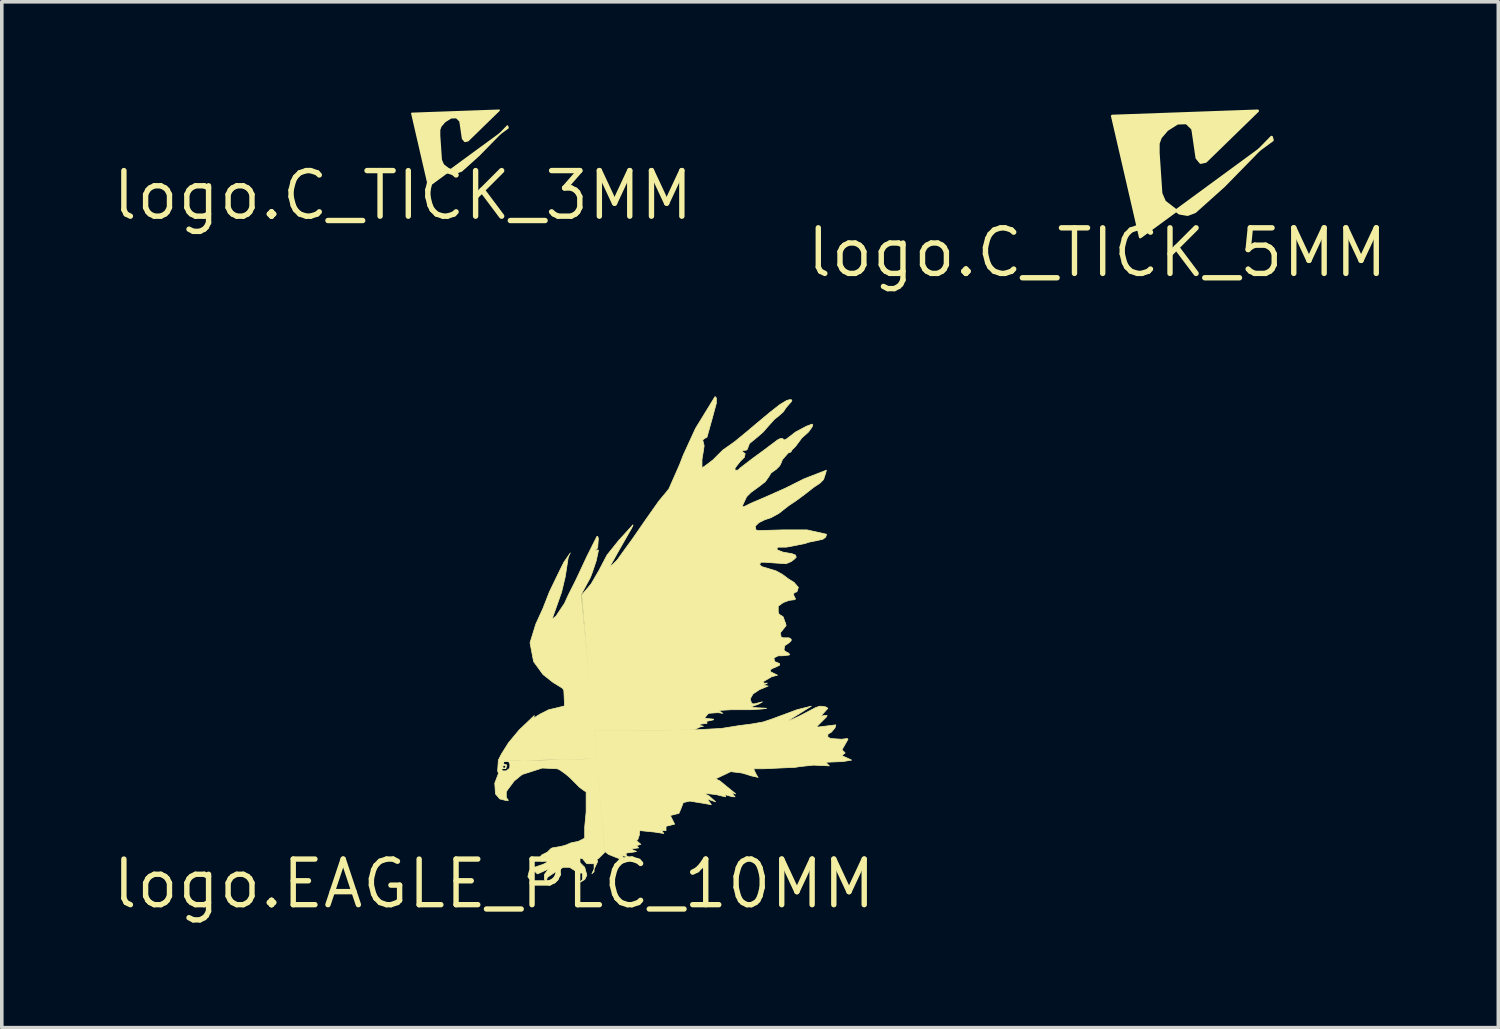
<source format=kicad_pcb>
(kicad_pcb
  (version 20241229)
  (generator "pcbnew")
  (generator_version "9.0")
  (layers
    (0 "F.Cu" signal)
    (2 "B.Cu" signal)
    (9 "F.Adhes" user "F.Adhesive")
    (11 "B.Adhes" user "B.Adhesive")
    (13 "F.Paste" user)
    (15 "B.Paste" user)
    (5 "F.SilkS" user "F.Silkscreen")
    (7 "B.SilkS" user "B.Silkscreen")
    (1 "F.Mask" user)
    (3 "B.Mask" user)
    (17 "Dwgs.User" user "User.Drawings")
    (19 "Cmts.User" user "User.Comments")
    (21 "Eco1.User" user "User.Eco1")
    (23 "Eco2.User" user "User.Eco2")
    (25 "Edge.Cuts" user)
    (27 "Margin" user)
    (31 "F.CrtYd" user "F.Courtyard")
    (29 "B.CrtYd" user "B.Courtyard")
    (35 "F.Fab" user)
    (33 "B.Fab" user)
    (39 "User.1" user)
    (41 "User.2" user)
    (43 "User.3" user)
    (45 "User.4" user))
  (footprint "logo.C_TICK_5MM"
    (layer "F.Cu")
    (at 27.515 3.986)
    (property "Reference" "logo.C_TICK_5MM" (at 0 0 0) (layer "F.SilkS") (effects (font (size 1.27 1.27) (thickness 0.15))))
    (fp_poly (pts (xy 4.466 -3.948) (xy 3.018 -2.538) (xy 2.881 -2.508) (xy 2.774 -2.637) (xy 2.668 -3.369) (xy 2.652 -3.453) (xy 2.485 -3.613) (xy 2.233 -3.605) (xy 1.944 -3.422) (xy 1.761 -3.209) (xy 1.7 -3.041) (xy 1.7 -2.774) (xy 1.776 -1.646) (xy 1.875 -1.418) (xy 2.287 -1.098) (xy 2.515 -1.059) (xy 2.721 -1.136) (xy 3.529 -1.86) (xy 4.855 -3.216) (xy 4.878 -3.133) (xy 1.197 -0.434) (xy 0.419 -3.803)) (stroke (width 0.076) (type default)) (fill yes) (layer "F.SilkS")))
  (footprint "logo.C_TICK_3MM"
    (layer "F.Cu")
    (at 8.172 2.392)
    (property "Reference" "logo.C_TICK_3MM" (at 0 0 0) (layer "F.SilkS") (effects (font (size 1.27 1.27) (thickness 0.15))))
    (fp_poly (pts (xy 2.68 -2.369) (xy 1.811 -1.523) (xy 1.729 -1.505) (xy 1.665 -1.582) (xy 1.601 -2.021) (xy 1.591 -2.072) (xy 1.491 -2.168) (xy 1.34 -2.163) (xy 1.166 -2.053) (xy 1.056 -1.925) (xy 1.02 -1.825) (xy 1.02 -1.665) (xy 1.066 -0.988) (xy 1.125 -0.851) (xy 1.372 -0.659) (xy 1.509 -0.636) (xy 1.633 -0.681) (xy 2.117 -1.116) (xy 2.913 -1.93) (xy 2.927 -1.88) (xy 0.718 -0.261) (xy 0.252 -2.282)) (stroke (width 0.046) (type default)) (fill yes) (layer "F.SilkS")))
  (footprint "logo.EAGLE_PLC_10MM"
    (layer "F.Cu")
    (at 10.712 21.57)
    (property "Reference" "logo.EAGLE_PLC_10MM" (at 0 0 0) (layer "F.SilkS") (effects (font (size 1.27 1.27) (thickness 0.15))))
    (fp_poly (pts (xy 0.2 -3.307) (xy 0.22 -3.347) (xy 0.261 -3.407) (xy 0.361 -3.447) (xy 0.461 -3.387) (xy 0.481 -3.226) (xy 0.381 -3.126) (xy 0.22 -3.126) (xy 0.18 -3.166) (xy 0.18 -3.267) (xy 0.22 -3.267) (xy 0.22 -3.226) (xy 0.22 -3.166) (xy 0.24 -3.146) (xy 0.341 -3.146) (xy 0.441 -3.226) (xy 0.461 -3.327) (xy 0.401 -3.407) (xy 0.281 -3.407) (xy 0.257 -3.365) (xy 0.285 -3.33) (xy 0.313 -3.328) (xy 0.357 -3.307) (xy 0.328 -3.208) (xy 0.261 -3.212) (xy 0.22 -3.206) (xy 0.242 -3.249) (xy 0.261 -3.226) (xy 0.321 -3.226) (xy 0.321 -3.287) (xy 0.281 -3.307) (xy 0.239 -3.267) (xy 0.24 -3.247)) (stroke (width 0.02) (type default)) (fill yes) (layer "F.SilkS"))
    (fp_poly (pts (xy 2.786 -4.269) (xy 5.591 -4.289) (xy 6.333 -4.329) (xy 6.834 -4.409) (xy 7.154 -4.449) (xy 7.495 -4.509) (xy 7.735 -4.589) (xy 8.437 -4.85) (xy 8.838 -4.95) (xy 8.196 -4.549) (xy 8.236 -4.549) (xy 8.497 -4.669) (xy 8.958 -4.91) (xy 9.078 -4.95) (xy 9.238 -4.93) (xy 9.299 -4.89) (xy 9.098 -4.669) (xy 9.198 -4.689) (xy 9.278 -4.689) (xy 9.258 -4.649) (xy 8.998 -4.389) (xy 8.998 -4.369) (xy 9.038 -4.369) (xy 9.519 -4.429) (xy 9.499 -4.349) (xy 9.399 -4.228) (xy 9.299 -4.168) (xy 9.299 -4.088) (xy 9.379 -4.048) (xy 9.679 -4.028) (xy 9.84 -4.048) (xy 9.86 -4.028) (xy 9.699 -3.748) (xy 9.699 -3.727) (xy 9.78 -3.647) (xy 9.679 -3.567) (xy 9.699 -3.567) (xy 9.96 -3.447) (xy 9.719 -3.407) (xy 9.238 -3.387) (xy 9.339 -3.287) (xy 8.898 -3.307) (xy 8.517 -3.267) (xy 8.397 -3.247) (xy 7.515 -3.206) (xy 7.234 -3.206) (xy 7.255 -3.146) (xy 7.315 -3.026) (xy 7.355 -2.966) (xy 7.174 -3.006) (xy 6.914 -3.086) (xy 6.593 -3.126) (xy 6.172 -2.926) (xy 6.293 -2.866) (xy 6.733 -2.505) (xy 6.613 -2.545) (xy 6.713 -2.425) (xy 6.653 -2.425) (xy 6.573 -2.445) (xy 6.433 -2.485) (xy 6.453 -2.425) (xy 6.353 -2.445) (xy 6.192 -2.485) (xy 5.852 -2.525) (xy 5.992 -2.445) (xy 6.172 -2.285) (xy 5.932 -2.365) (xy 6.012 -2.264) (xy 6.052 -2.204) (xy 5.832 -2.244) (xy 5.451 -2.305) (xy 5.271 -2.264) (xy 5.21 -2.104) (xy 5.15 -1.964) (xy 4.91 -1.904) (xy 5.03 -1.663) (xy 4.79 -1.603) (xy 4.79 -1.483) (xy 4.669 -1.483) (xy 4.729 -1.403) (xy 4.469 -1.443) (xy 4.068 -1.483) (xy 4.048 -1.463) (xy 4.048 -1.403) (xy 4.048 -1.363) (xy 4.008 -1.242) (xy 3.968 -1.202) (xy 4.088 -1.102) (xy 3.968 -1.062) (xy 4.028 -1.002) (xy 3.868 -0.982) (xy 3.828 -0.962) (xy 3.968 -0.902) (xy 3.868 -0.882) (xy 3.707 -0.862) (xy 3.667 -0.842) (xy 3.707 -0.761) (xy 3.567 -0.782) (xy 3.587 -0.742) (xy 3.707 -0.641) (xy 3.587 -0.661) (xy 3.186 -0.822) (xy 3.086 -0.902)) (stroke (width 0.02) (type default)) (fill yes) (layer "F.SilkS"))
    (fp_poly (pts (xy 1.022 -0.12) (xy 0.982 -0.14) (xy 0.942 -0.2) (xy 0.982 -0.361) (xy 1.062 -0.441) (xy 1.242 -0.501) (xy 1.363 -0.541) (xy 1.443 -0.581) (xy 1.503 -0.641) (xy 1.483 -0.742) (xy 1.403 -0.761) (xy 1.343 -0.721) (xy 1.343 -0.621) (xy 1.303 -0.661) (xy 1.283 -0.742) (xy 1.323 -0.802) (xy 1.403 -0.842) (xy 1.483 -0.882) (xy 1.523 -0.922) (xy 1.583 -0.982) (xy 1.623 -1.002) (xy 1.864 -1.042) (xy 2.004 -1.082) (xy 2.144 -1.142) (xy 2.244 -1.162) (xy 2.345 -1.182) (xy 2.505 -1.262) (xy 2.525 -1.283) (xy 2.525 -1.583) (xy 2.565 -2.004) (xy 2.565 -2.565) (xy 2.525 -2.585) (xy 2.385 -2.685) (xy 2.244 -2.826) (xy 2.104 -2.966) (xy 1.984 -3.066) (xy 1.844 -3.166) (xy 1.764 -3.206) (xy 1.343 -3.226) (xy 0.782 -3.046) (xy 0.561 -2.866) (xy 0.381 -2.625) (xy 0.341 -2.565) (xy 0.341 -2.405) (xy 0.401 -2.325) (xy 0.321 -2.325) (xy 0.16 -2.365) (xy 0.04 -2.505) (xy 0.02 -2.806) (xy 0.12 -3.066) (xy 0.12 -3.086) (xy 0.1 -3.146) (xy 0.12 -3.447) (xy 0.2 -3.607) (xy 0.401 -3.928) (xy 0.701 -4.289) (xy 1.122 -4.689) (xy 1.102 -4.629) (xy 1.122 -4.629) (xy 1.283 -4.729) (xy 1.523 -4.85) (xy 1.944 -4.95) (xy 1.964 -4.97) (xy 1.944 -5.391) (xy 1.904 -5.451) (xy 1.643 -5.611) (xy 1.363 -5.832) (xy 1.102 -6.192) (xy 1.002 -6.713) (xy 1.162 -7.234) (xy 1.363 -7.675) (xy 1.543 -8.136) (xy 1.824 -8.717) (xy 1.944 -8.958) (xy 2.124 -9.218) (xy 2.084 -9.138) (xy 2.064 -9.078) (xy 1.984 -8.557) (xy 1.884 -8.136) (xy 1.723 -7.675) (xy 1.623 -7.395) (xy 1.643 -7.395) (xy 1.723 -7.455) (xy 1.964 -7.816) (xy 2.064 -8.036) (xy 2.285 -8.477) (xy 2.585 -9.118) (xy 2.866 -9.679) (xy 2.886 -9.679) (xy 2.906 -9.619) (xy 2.886 -9.359) (xy 2.826 -9.299) (xy 2.826 -9.278) (xy 2.866 -9.299) (xy 2.906 -9.299) (xy 2.906 -9.278) (xy 2.846 -8.998) (xy 2.745 -8.697) (xy 2.685 -8.537) (xy 2.545 -8.277) (xy 2.425 -8.056) (xy 2.866 -3.487) (xy 0.281 -3.427) (xy 0.2 -3.307) (xy 0.2 -3.206) (xy 0.22 -3.146) (xy 0.261 -3.126) (xy 0.341 -3.126) (xy 0.441 -3.206) (xy 0.441 -3.387) (xy 0.401 -3.427) (xy 0.701 -3.427) (xy 2.866 -3.487) (xy 3.086 -0.882) (xy 2.926 -0.721) (xy 2.866 -0.681) (xy 2.886 -0.621) (xy 2.725 -0.281) (xy 2.786 -0.341) (xy 2.786 -0.561) (xy 2.585 -0.561) (xy 2.565 -0.581) (xy 2.465 -0.701) (xy 2.365 -0.721) (xy 2.285 -0.661) (xy 2.405 -0.581) (xy 2.525 -0.461) (xy 2.585 -0.24) (xy 2.525 -0.12) (xy 2.385 -0.04) (xy 2.465 -0.12) (xy 2.465 -0.301) (xy 2.325 -0.301) (xy 2.264 -0.361) (xy 2.104 -0.461) (xy 1.924 -0.461) (xy 1.864 -0.421) (xy 1.804 -0.341) (xy 1.723 -0.341) (xy 1.543 -0.22) (xy 1.483 -0.18) (xy 1.463 -0.1) (xy 1.523 -0.02) (xy 1.483 -0.04) (xy 1.403 -0.12) (xy 1.403 -0.261) (xy 1.523 -0.421) (xy 1.443 -0.381) (xy 1.222 -0.281) (xy 1.202 -0.281) (xy 1.142 -0.341) (xy 1.082 -0.341) (xy 1.022 -0.24)) (stroke (width 0.02) (type default)) (fill yes) (layer "F.SilkS"))
    (fp_poly (pts (xy 2.445 -8.056) (xy 2.485 -8.096) (xy 2.705 -8.357) (xy 2.926 -8.737) (xy 3.146 -9.158) (xy 3.467 -9.559) (xy 3.868 -10) (xy 3.868 -9.98) (xy 3.828 -9.9) (xy 3.507 -9.339) (xy 3.226 -8.838) (xy 3.287 -8.878) (xy 3.427 -9.018) (xy 3.687 -9.379) (xy 3.848 -9.599) (xy 4.208 -10.12) (xy 4.589 -10.661) (xy 4.79 -10.902) (xy 4.87 -11.002) (xy 5.17 -11.683) (xy 5.271 -11.944) (xy 5.611 -12.685) (xy 6.152 -13.567) (xy 6.172 -13.567) (xy 6.192 -13.527) (xy 6.192 -13.387) (xy 6.072 -12.946) (xy 5.932 -12.445) (xy 5.912 -12.425) (xy 5.892 -12.425) (xy 5.812 -12.365) (xy 5.832 -12.284) (xy 5.852 -12.204) (xy 5.832 -12.064) (xy 5.792 -11.824) (xy 5.792 -11.603) (xy 5.812 -11.603) (xy 5.852 -11.623) (xy 6.092 -11.804) (xy 6.373 -12.084) (xy 6.573 -12.224) (xy 6.713 -12.325) (xy 7.054 -12.605) (xy 7.315 -12.826) (xy 7.675 -13.126) (xy 7.956 -13.347) (xy 8.156 -13.467) (xy 8.236 -13.487) (xy 8.277 -13.487) (xy 8.297 -13.467) (xy 8.277 -13.427) (xy 8.136 -13.267) (xy 8.056 -13.146) (xy 7.896 -13.006) (xy 7.816 -12.946) (xy 7.635 -12.745) (xy 7.495 -12.585) (xy 7.335 -12.445) (xy 7.114 -12.264) (xy 7.054 -12.104) (xy 7.034 -12.084) (xy 6.914 -12.064) (xy 6.914 -12.044) (xy 6.994 -11.984) (xy 6.974 -11.884) (xy 6.854 -11.764) (xy 6.713 -11.583) (xy 6.713 -11.523) (xy 6.794 -11.523) (xy 6.854 -11.583) (xy 7.194 -11.844) (xy 7.495 -12.064) (xy 7.896 -12.365) (xy 7.976 -12.405) (xy 8.036 -12.405) (xy 8.056 -12.385) (xy 8.096 -12.365) (xy 8.136 -12.385) (xy 8.216 -12.445) (xy 8.397 -12.585) (xy 8.697 -12.745) (xy 8.858 -12.806) (xy 8.878 -12.786) (xy 8.858 -12.725) (xy 8.758 -12.585) (xy 8.577 -12.425) (xy 8.397 -12.184) (xy 8.297 -12.084) (xy 8.277 -12.044) (xy 8.257 -12.024) (xy 8.196 -12.004) (xy 8.036 -11.824) (xy 7.996 -11.723) (xy 7.956 -11.643) (xy 7.856 -11.543) (xy 7.796 -11.503) (xy 7.715 -11.443) (xy 7.655 -11.343) (xy 7.555 -11.202) (xy 7.375 -11.062) (xy 7.154 -10.902) (xy 7.034 -10.781) (xy 6.914 -10.521) (xy 6.934 -10.501) (xy 6.994 -10.521) (xy 7.154 -10.601) (xy 7.575 -10.781) (xy 8.116 -11.022) (xy 8.637 -11.283) (xy 9.258 -11.523) (xy 9.238 -11.443) (xy 9.178 -11.262) (xy 9.078 -11.162) (xy 8.898 -11.042) (xy 8.798 -10.962) (xy 8.617 -10.822) (xy 8.397 -10.661) (xy 8.216 -10.541) (xy 8.036 -10.401) (xy 7.936 -10.321) (xy 7.715 -10.2) (xy 7.535 -10.14) (xy 7.375 -10.06) (xy 7.274 -9.96) (xy 7.295 -9.86) (xy 7.355 -9.84) (xy 8.056 -9.86) (xy 8.717 -9.86) (xy 9.258 -9.739) (xy 9.258 -9.719) (xy 9.238 -9.659) (xy 9.158 -9.599) (xy 8.978 -9.559) (xy 8.777 -9.519) (xy 8.657 -9.479) (xy 8.457 -9.439) (xy 8.257 -9.399) (xy 8.136 -9.379) (xy 7.916 -9.379) (xy 7.876 -9.339) (xy 7.896 -9.299) (xy 8.056 -9.238) (xy 8.297 -9.198) (xy 8.397 -9.158) (xy 8.417 -9.098) (xy 8.357 -9.038) (xy 8.277 -8.978) (xy 8.136 -8.918) (xy 7.816 -8.938) (xy 7.555 -8.958) (xy 7.435 -8.958) (xy 7.395 -8.898) (xy 7.455 -8.838) (xy 7.856 -8.717) (xy 8.036 -8.617) (xy 8.196 -8.497) (xy 8.357 -8.397) (xy 8.477 -8.257) (xy 8.437 -8.136) (xy 8.377 -8.116) (xy 8.337 -8.076) (xy 8.357 -8.016) (xy 8.397 -7.936) (xy 8.377 -7.916) (xy 8.216 -7.896) (xy 8.056 -7.836) (xy 7.916 -7.735) (xy 7.916 -7.695) (xy 7.916 -7.575) (xy 7.936 -7.515) (xy 8.056 -7.435) (xy 8.096 -7.315) (xy 8.116 -7.274) (xy 8.136 -7.194) (xy 8.056 -7.094) (xy 7.976 -6.994) (xy 7.996 -6.874) (xy 8.056 -6.854) (xy 8.216 -6.854) (xy 8.277 -6.814) (xy 8.277 -6.774) (xy 8.216 -6.713) (xy 8.096 -6.633) (xy 8.076 -6.513) (xy 8.116 -6.473) (xy 8.196 -6.433) (xy 8.236 -6.393) (xy 8.216 -6.373) (xy 8.036 -6.353) (xy 7.916 -6.353) (xy 7.796 -6.293) (xy 7.816 -6.192) (xy 7.916 -6.152) (xy 7.956 -6.132) (xy 7.956 -6.092) (xy 7.876 -6.052) (xy 7.735 -5.992) (xy 7.695 -5.952) (xy 7.695 -5.912) (xy 7.735 -5.892) (xy 7.896 -5.812) (xy 7.735 -5.771) (xy 7.495 -5.631) (xy 7.515 -5.591) (xy 7.615 -5.591) (xy 7.495 -5.531) (xy 7.635 -5.511) (xy 7.395 -5.411) (xy 7.214 -5.291) (xy 7.134 -5.15) (xy 7.174 -5.03) (xy 7.234 -5.01) (xy 7.475 -5.07) (xy 7.375 -5.01) (xy 7.154 -4.93) (xy 7.255 -4.91) (xy 7.595 -4.89) (xy 7.455 -4.87) (xy 7.134 -4.85) (xy 6.593 -4.85) (xy 6.253 -4.83) (xy 6.373 -4.75) (xy 6.232 -4.769) (xy 5.972 -4.75) (xy 5.872 -4.629) (xy 5.892 -4.609) (xy 6.112 -4.589) (xy 6.112 -4.569) (xy 5.932 -4.529) (xy 5.912 -4.509) (xy 5.932 -4.489) (xy 5.932 -4.469) (xy 5.912 -4.469) (xy 5.752 -4.449) (xy 5.731 -4.429) (xy 5.752 -4.409) (xy 5.832 -4.389) (xy 5.731 -4.369) (xy 5.571 -4.289) (xy 2.765 -4.269)) (stroke (width 0.02) (type default)) (fill yes) (layer "F.SilkS")))
  (gr_rect
    (start -3 -3)
    (end 38.686 25.576)
    (stroke (width 0.1) (type default))
    (fill no)
    (layer "Edge.Cuts")))
</source>
